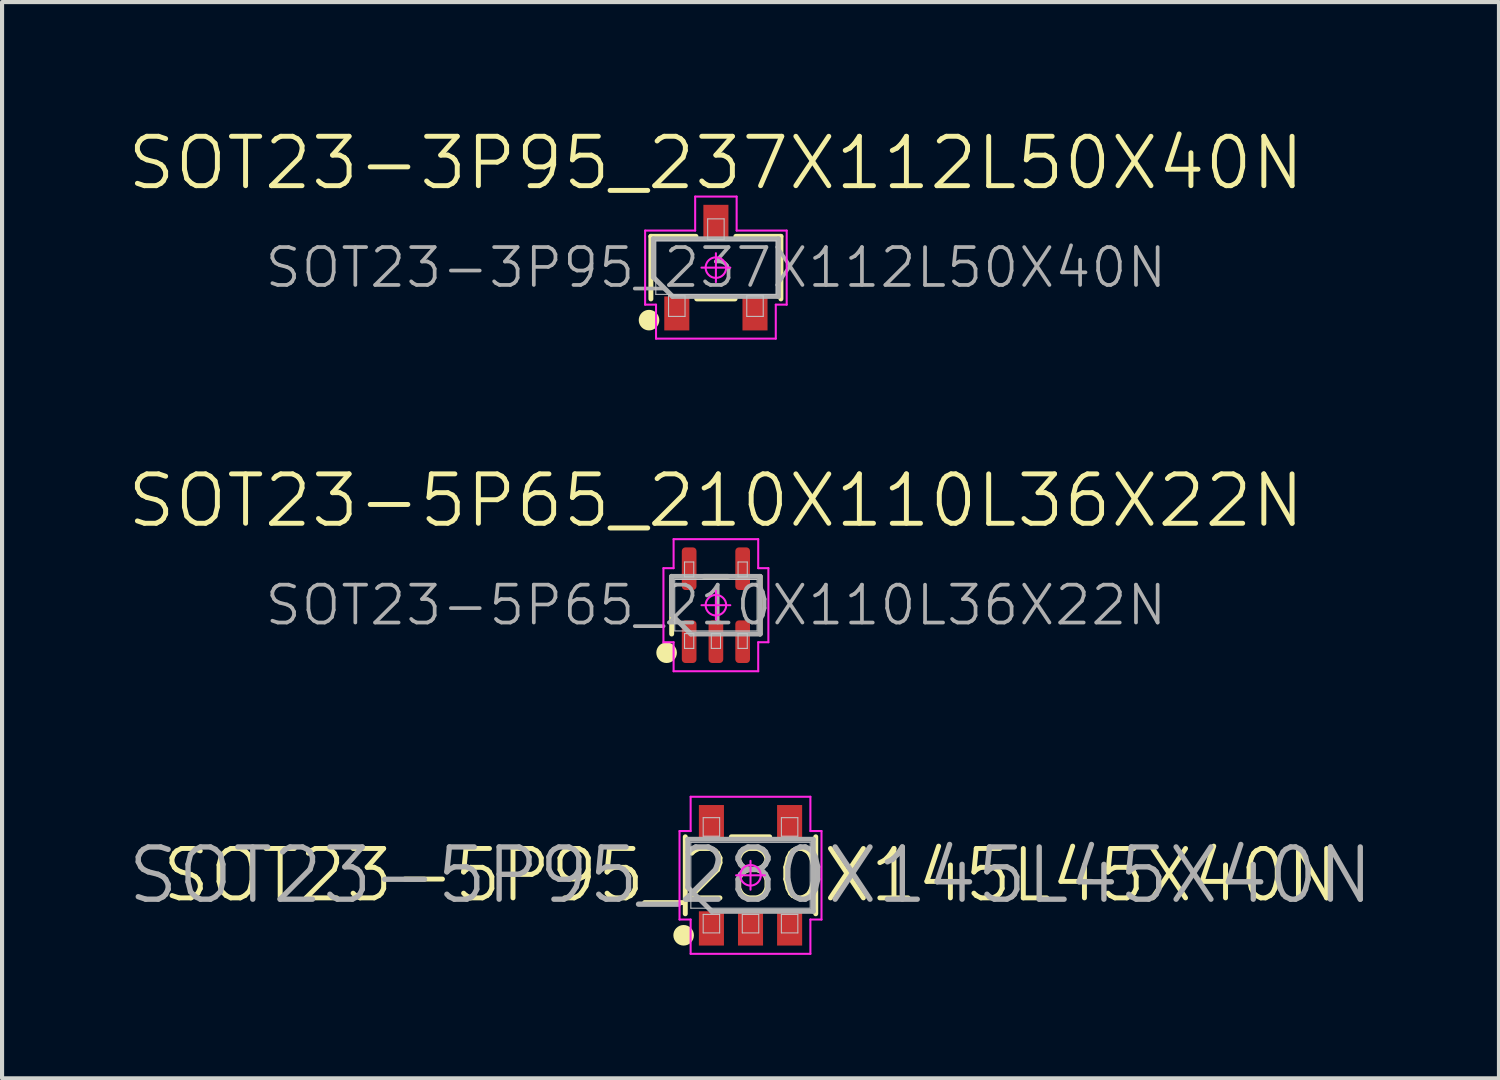
<source format=kicad_pcb>
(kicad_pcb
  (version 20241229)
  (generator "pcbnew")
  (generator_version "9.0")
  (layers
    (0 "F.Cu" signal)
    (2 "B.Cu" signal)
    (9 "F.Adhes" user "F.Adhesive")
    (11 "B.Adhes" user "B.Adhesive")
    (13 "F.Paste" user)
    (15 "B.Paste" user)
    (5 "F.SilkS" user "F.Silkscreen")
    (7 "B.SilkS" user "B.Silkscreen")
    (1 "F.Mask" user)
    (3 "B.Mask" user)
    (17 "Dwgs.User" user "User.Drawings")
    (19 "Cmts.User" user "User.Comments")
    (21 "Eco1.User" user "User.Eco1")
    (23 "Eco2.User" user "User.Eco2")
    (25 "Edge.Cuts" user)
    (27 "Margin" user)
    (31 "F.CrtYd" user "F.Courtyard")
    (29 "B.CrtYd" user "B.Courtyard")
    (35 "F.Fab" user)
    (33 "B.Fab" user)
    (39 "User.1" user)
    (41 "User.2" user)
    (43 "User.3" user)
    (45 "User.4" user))
  (footprint "SOT23-5P65_210X110L36X22N"
    (layer "F.Cu")
    (at 14.346 11.656)
    (property "Reference" "SOT23-5P65_210X110L36X22N" (at 0 -2.54 0) (layer "F.SilkS") (effects (font (size 1.2 1.2) (thickness 0.12))))
    (attr smd)
    (fp_line (start -1.075 0.7) (end -1.075 -0.7) (stroke (width 0.12) (type solid)) (layer "F.SilkS"))
    (fp_line (start 0.292 -0.7) (end -0.292 -0.7) (stroke (width 0.12) (type solid)) (layer "F.SilkS"))
    (fp_line (start 1.075 -0.7) (end 1.075 0.7) (stroke (width 0.12) (type solid)) (layer "F.SilkS"))
    (fp_circle (center -1.198 1.155) (end -1.198 1.28) (stroke (width 0.25) (type solid)) (fill no) (layer "F.SilkS"))
    (fp_line (start -1 -0.625) (end 1 -0.625) (stroke (width 0.025) (type solid)) (layer "Dwgs.User"))
    (fp_line (start -1 0.625) (end -1 -0.625) (stroke (width 0.025) (type solid)) (layer "Dwgs.User"))
    (fp_line (start -0.762 -1.05) (end -0.538 -1.05) (stroke (width 0.025) (type solid)) (layer "Dwgs.User"))
    (fp_line (start -0.762 -0.69) (end -0.762 -1.05) (stroke (width 0.025) (type solid)) (layer "Dwgs.User"))
    (fp_line (start -0.762 0.69) (end -0.538 0.69) (stroke (width 0.025) (type solid)) (layer "Dwgs.User"))
    (fp_line (start -0.762 1.05) (end -0.762 0.69) (stroke (width 0.025) (type solid)) (layer "Dwgs.User"))
    (fp_line (start -0.538 -1.05) (end -0.538 -0.69) (stroke (width 0.025) (type solid)) (layer "Dwgs.User"))
    (fp_line (start -0.538 -0.69) (end -0.762 -0.69) (stroke (width 0.025) (type solid)) (layer "Dwgs.User"))
    (fp_line (start -0.538 0.69) (end -0.538 1.05) (stroke (width 0.025) (type solid)) (layer "Dwgs.User"))
    (fp_line (start -0.538 1.05) (end -0.762 1.05) (stroke (width 0.025) (type solid)) (layer "Dwgs.User"))
    (fp_line (start -0.112 0.69) (end 0.112 0.69) (stroke (width 0.025) (type solid)) (layer "Dwgs.User"))
    (fp_line (start -0.112 1.05) (end -0.112 0.69) (stroke (width 0.025) (type solid)) (layer "Dwgs.User"))
    (fp_line (start 0.112 0.69) (end 0.112 1.05) (stroke (width 0.025) (type solid)) (layer "Dwgs.User"))
    (fp_line (start 0.112 1.05) (end -0.112 1.05) (stroke (width 0.025) (type solid)) (layer "Dwgs.User"))
    (fp_line (start 0.538 -1.05) (end 0.762 -1.05) (stroke (width 0.025) (type solid)) (layer "Dwgs.User"))
    (fp_line (start 0.538 -0.69) (end 0.538 -1.05) (stroke (width 0.025) (type solid)) (layer "Dwgs.User"))
    (fp_line (start 0.538 0.69) (end 0.762 0.69) (stroke (width 0.025) (type solid)) (layer "Dwgs.User"))
    (fp_line (start 0.538 1.05) (end 0.538 0.69) (stroke (width 0.025) (type solid)) (layer "Dwgs.User"))
    (fp_line (start 0.762 -1.05) (end 0.762 -0.69) (stroke (width 0.025) (type solid)) (layer "Dwgs.User"))
    (fp_line (start 0.762 -0.69) (end 0.538 -0.69) (stroke (width 0.025) (type solid)) (layer "Dwgs.User"))
    (fp_line (start 0.762 0.69) (end 0.762 1.05) (stroke (width 0.025) (type solid)) (layer "Dwgs.User"))
    (fp_line (start 0.762 1.05) (end 0.538 1.05) (stroke (width 0.025) (type solid)) (layer "Dwgs.User"))
    (fp_line (start 1 -0.625) (end 1 0.625) (stroke (width 0.025) (type solid)) (layer "Dwgs.User"))
    (fp_line (start 1 0.625) (end -1 0.625) (stroke (width 0.025) (type solid)) (layer "Dwgs.User"))
    (fp_line (start -1.275 -0.9) (end -1.275 0.9) (stroke (width 0.05) (type solid)) (layer "F.CrtYd"))
    (fp_line (start -1.275 0.9) (end -1.028 0.9) (stroke (width 0.05) (type solid)) (layer "F.CrtYd"))
    (fp_line (start -1.028 -1.605) (end -1.028 -0.9) (stroke (width 0.05) (type solid)) (layer "F.CrtYd"))
    (fp_line (start -1.028 -0.9) (end -1.275 -0.9) (stroke (width 0.05) (type solid)) (layer "F.CrtYd"))
    (fp_line (start -1.028 0.9) (end -1.028 1.605) (stroke (width 0.05) (type solid)) (layer "F.CrtYd"))
    (fp_line (start -1.028 1.605) (end 1.028 1.605) (stroke (width 0.05) (type solid)) (layer "F.CrtYd"))
    (fp_line (start -0.35 0) (end 0.35 0) (stroke (width 0.05) (type solid)) (layer "F.CrtYd"))
    (fp_line (start 0 -0.35) (end 0 0.35) (stroke (width 0.05) (type solid)) (layer "F.CrtYd"))
    (fp_line (start 1.028 -1.605) (end -1.028 -1.605) (stroke (width 0.05) (type solid)) (layer "F.CrtYd"))
    (fp_line (start 1.028 -0.9) (end 1.028 -1.605) (stroke (width 0.05) (type solid)) (layer "F.CrtYd"))
    (fp_line (start 1.028 0.9) (end 1.275 0.9) (stroke (width 0.05) (type solid)) (layer "F.CrtYd"))
    (fp_line (start 1.028 1.605) (end 1.028 0.9) (stroke (width 0.05) (type solid)) (layer "F.CrtYd"))
    (fp_line (start 1.275 -0.9) (end 1.028 -0.9) (stroke (width 0.05) (type solid)) (layer "F.CrtYd"))
    (fp_line (start 1.275 0.9) (end 1.275 -0.9) (stroke (width 0.05) (type solid)) (layer "F.CrtYd"))
    (fp_circle (center 0 0) (end 0 0.25) (stroke (width 0.05) (type solid)) (fill no) (layer "F.CrtYd"))
    (fp_line (start -1.075 -0.7) (end 1.075 -0.7) (stroke (width 0.12) (type solid)) (layer "F.Fab"))
    (fp_line (start -1.075 0.233) (end -1.075 -0.7) (stroke (width 0.12) (type solid)) (layer "F.Fab"))
    (fp_line (start -0.608 0.7) (end -1.075 0.233) (stroke (width 0.12) (type solid)) (layer "F.Fab"))
    (fp_line (start 1.075 -0.7) (end 1.075 0.7) (stroke (width 0.12) (type solid)) (layer "F.Fab"))
    (fp_line (start 1.075 0.7) (end -0.608 0.7) (stroke (width 0.12) (type solid)) (layer "F.Fab"))
    (fp_text user "${REFERENCE}" (at 0 0 0) (layer "F.Fab") (effects (font (size 0.92 0.92) (thickness 0.09))))
    (pad "1" smd roundrect (at -0.65 0.887 90) (size 1.036 0.357) (layers "F.Cu" "F.Mask" "F.Paste") (roundrect_rratio 0.249))
    (pad "2" smd roundrect (at 0 0.887 90) (size 1.036 0.357) (layers "F.Cu" "F.Mask" "F.Paste") (roundrect_rratio 0.249))
    (pad "3" smd roundrect (at 0.65 0.887 90) (size 1.036 0.357) (layers "F.Cu" "F.Mask" "F.Paste") (roundrect_rratio 0.249))
    (pad "4" smd roundrect (at 0.65 -0.887 90) (size 1.036 0.357) (layers "F.Cu" "F.Mask" "F.Paste") (roundrect_rratio 0.249))
    (pad "5" smd roundrect (at -0.65 -0.887 90) (size 1.036 0.357) (layers "F.Cu" "F.Mask" "F.Paste") (roundrect_rratio 0.249)))
  (footprint "SOT23-5P95_280X145L45X40N"
    (layer "F.Cu")
    (at 15.187 18.219)
    (property "Reference" "SOT23-5P95_280X145L45X40N" (at 0 0 0) (layer "F.SilkS") (effects (font (size 1.2 1.2) (thickness 0.12))))
    (attr smd)
    (fp_line (start -1.585 0.935) (end -1.585 -0.935) (stroke (width 0.12) (type solid)) (layer "F.SilkS"))
    (fp_line (start 0.466 -0.935) (end -0.466 -0.935) (stroke (width 0.12) (type solid)) (layer "F.SilkS"))
    (fp_line (start 1.585 -0.935) (end 1.585 0.935) (stroke (width 0.12) (type solid)) (layer "F.SilkS"))
    (fp_circle (center -1.625 1.458) (end -1.625 1.583) (stroke (width 0.25) (type solid)) (fill no) (layer "F.SilkS"))
    (fp_line (start -1.45 -0.8) (end 1.45 -0.8) (stroke (width 0.025) (type solid)) (layer "Dwgs.User"))
    (fp_line (start -1.45 0.8) (end -1.45 -0.8) (stroke (width 0.025) (type solid)) (layer "Dwgs.User"))
    (fp_line (start -1.15 -1.4) (end -0.75 -1.4) (stroke (width 0.025) (type solid)) (layer "Dwgs.User"))
    (fp_line (start -1.15 -0.95) (end -1.15 -1.4) (stroke (width 0.025) (type solid)) (layer "Dwgs.User"))
    (fp_line (start -1.15 0.95) (end -0.75 0.95) (stroke (width 0.025) (type solid)) (layer "Dwgs.User"))
    (fp_line (start -1.15 1.4) (end -1.15 0.95) (stroke (width 0.025) (type solid)) (layer "Dwgs.User"))
    (fp_line (start -0.75 -1.4) (end -0.75 -0.95) (stroke (width 0.025) (type solid)) (layer "Dwgs.User"))
    (fp_line (start -0.75 -0.95) (end -1.15 -0.95) (stroke (width 0.025) (type solid)) (layer "Dwgs.User"))
    (fp_line (start -0.75 0.95) (end -0.75 1.4) (stroke (width 0.025) (type solid)) (layer "Dwgs.User"))
    (fp_line (start -0.75 1.4) (end -1.15 1.4) (stroke (width 0.025) (type solid)) (layer "Dwgs.User"))
    (fp_line (start -0.2 0.95) (end 0.2 0.95) (stroke (width 0.025) (type solid)) (layer "Dwgs.User"))
    (fp_line (start -0.2 1.4) (end -0.2 0.95) (stroke (width 0.025) (type solid)) (layer "Dwgs.User"))
    (fp_line (start 0.2 0.95) (end 0.2 1.4) (stroke (width 0.025) (type solid)) (layer "Dwgs.User"))
    (fp_line (start 0.2 1.4) (end -0.2 1.4) (stroke (width 0.025) (type solid)) (layer "Dwgs.User"))
    (fp_line (start 0.75 -1.4) (end 1.15 -1.4) (stroke (width 0.025) (type solid)) (layer "Dwgs.User"))
    (fp_line (start 0.75 -0.95) (end 0.75 -1.4) (stroke (width 0.025) (type solid)) (layer "Dwgs.User"))
    (fp_line (start 0.75 0.95) (end 1.15 0.95) (stroke (width 0.025) (type solid)) (layer "Dwgs.User"))
    (fp_line (start 0.75 1.4) (end 0.75 0.95) (stroke (width 0.025) (type solid)) (layer "Dwgs.User"))
    (fp_line (start 1.15 -1.4) (end 1.15 -0.95) (stroke (width 0.025) (type solid)) (layer "Dwgs.User"))
    (fp_line (start 1.15 -0.95) (end 0.75 -0.95) (stroke (width 0.025) (type solid)) (layer "Dwgs.User"))
    (fp_line (start 1.15 0.95) (end 1.15 1.4) (stroke (width 0.025) (type solid)) (layer "Dwgs.User"))
    (fp_line (start 1.15 1.4) (end 0.75 1.4) (stroke (width 0.025) (type solid)) (layer "Dwgs.User"))
    (fp_line (start 1.45 -0.8) (end 1.45 0.8) (stroke (width 0.025) (type solid)) (layer "Dwgs.User"))
    (fp_line (start 1.45 0.8) (end -1.45 0.8) (stroke (width 0.025) (type solid)) (layer "Dwgs.User"))
    (fp_line (start -1.725 -1.075) (end -1.725 1.075) (stroke (width 0.05) (type solid)) (layer "F.CrtYd"))
    (fp_line (start -1.725 1.075) (end -1.455 1.075) (stroke (width 0.05) (type solid)) (layer "F.CrtYd"))
    (fp_line (start -1.455 -1.908) (end -1.455 -1.075) (stroke (width 0.05) (type solid)) (layer "F.CrtYd"))
    (fp_line (start -1.455 -1.075) (end -1.725 -1.075) (stroke (width 0.05) (type solid)) (layer "F.CrtYd"))
    (fp_line (start -1.455 1.075) (end -1.455 1.908) (stroke (width 0.05) (type solid)) (layer "F.CrtYd"))
    (fp_line (start -1.455 1.908) (end 1.455 1.908) (stroke (width 0.05) (type solid)) (layer "F.CrtYd"))
    (fp_line (start -0.35 0) (end 0.35 0) (stroke (width 0.05) (type solid)) (layer "F.CrtYd"))
    (fp_line (start 0 -0.35) (end 0 0.35) (stroke (width 0.05) (type solid)) (layer "F.CrtYd"))
    (fp_line (start 1.455 -1.908) (end -1.455 -1.908) (stroke (width 0.05) (type solid)) (layer "F.CrtYd"))
    (fp_line (start 1.455 -1.075) (end 1.455 -1.908) (stroke (width 0.05) (type solid)) (layer "F.CrtYd"))
    (fp_line (start 1.455 1.075) (end 1.725 1.075) (stroke (width 0.05) (type solid)) (layer "F.CrtYd"))
    (fp_line (start 1.455 1.908) (end 1.455 1.075) (stroke (width 0.05) (type solid)) (layer "F.CrtYd"))
    (fp_line (start 1.725 -1.075) (end 1.455 -1.075) (stroke (width 0.05) (type solid)) (layer "F.CrtYd"))
    (fp_line (start 1.725 1.075) (end 1.725 -1.075) (stroke (width 0.05) (type solid)) (layer "F.CrtYd"))
    (fp_circle (center 0 0) (end 0 0.25) (stroke (width 0.05) (type solid)) (fill no) (layer "F.CrtYd"))
    (fp_line (start -1.525 -0.875) (end 1.525 -0.875) (stroke (width 0.12) (type solid)) (layer "F.Fab"))
    (fp_line (start -1.525 0.292) (end -1.525 -0.875) (stroke (width 0.12) (type solid)) (layer "F.Fab"))
    (fp_line (start -0.942 0.875) (end -1.525 0.292) (stroke (width 0.12) (type solid)) (layer "F.Fab"))
    (fp_line (start 1.525 -0.875) (end 1.525 0.875) (stroke (width 0.12) (type solid)) (layer "F.Fab"))
    (fp_line (start 1.525 0.875) (end -0.942 0.875) (stroke (width 0.12) (type solid)) (layer "F.Fab"))
    (fp_text user "${REFERENCE}" (at 0 0 0) (layer "F.Fab") (effects (font (size 1.27 1.27) (thickness 0.13))))
    (pad "1" smd rect (at -0.95 1.291 90) (size 0.833 0.609) (layers "F.Cu" "F.Mask" "F.Paste"))
    (pad "2" smd rect (at 0 1.291 90) (size 0.833 0.609) (layers "F.Cu" "F.Mask" "F.Paste"))
    (pad "3" smd rect (at 0.95 1.291 90) (size 0.833 0.609) (layers "F.Cu" "F.Mask" "F.Paste"))
    (pad "4" smd rect (at 0.95 -1.291 90) (size 0.833 0.609) (layers "F.Cu" "F.Mask" "F.Paste"))
    (pad "5" smd rect (at -0.95 -1.291 90) (size 0.833 0.609) (layers "F.Cu" "F.Mask" "F.Paste")))
  (footprint "SOT23-3P95_237X112L50X40N"
    (layer "F.Cu")
    (at 14.346 3.453)
    (property "Reference" "SOT23-3P95_237X112L50X40N" (at 0 -2.54 0) (layer "F.SilkS") (effects (font (size 1.2 1.2) (thickness 0.12))))
    (attr smd)
    (fp_line (start -1.58 -0.76) (end -0.485 -0.76) (stroke (width 0.12) (type solid)) (layer "F.SilkS"))
    (fp_line (start -1.58 0.76) (end -1.58 -0.76) (stroke (width 0.12) (type solid)) (layer "F.SilkS"))
    (fp_line (start 0.466 0.76) (end -0.466 0.76) (stroke (width 0.12) (type solid)) (layer "F.SilkS"))
    (fp_line (start 0.485 -0.76) (end 1.58 -0.76) (stroke (width 0.12) (type solid)) (layer "F.SilkS"))
    (fp_line (start 1.58 -0.76) (end 1.58 0.76) (stroke (width 0.12) (type solid)) (layer "F.SilkS"))
    (fp_circle (center -1.625 1.276) (end -1.625 1.401) (stroke (width 0.25) (type solid)) (fill no) (layer "F.SilkS"))
    (fp_line (start -1.46 -0.65) (end 1.46 -0.65) (stroke (width 0.025) (type solid)) (layer "Dwgs.User"))
    (fp_line (start -1.46 0.65) (end -1.46 -0.65) (stroke (width 0.025) (type solid)) (layer "Dwgs.User"))
    (fp_line (start -1.15 0.685) (end -0.75 0.685) (stroke (width 0.025) (type solid)) (layer "Dwgs.User"))
    (fp_line (start -1.15 1.185) (end -1.15 0.685) (stroke (width 0.025) (type solid)) (layer "Dwgs.User"))
    (fp_line (start -0.75 0.685) (end -0.75 1.185) (stroke (width 0.025) (type solid)) (layer "Dwgs.User"))
    (fp_line (start -0.75 1.185) (end -1.15 1.185) (stroke (width 0.025) (type solid)) (layer "Dwgs.User"))
    (fp_line (start -0.2 -1.185) (end 0.2 -1.185) (stroke (width 0.025) (type solid)) (layer "Dwgs.User"))
    (fp_line (start -0.2 -0.685) (end -0.2 -1.185) (stroke (width 0.025) (type solid)) (layer "Dwgs.User"))
    (fp_line (start 0.2 -1.185) (end 0.2 -0.685) (stroke (width 0.025) (type solid)) (layer "Dwgs.User"))
    (fp_line (start 0.2 -0.685) (end -0.2 -0.685) (stroke (width 0.025) (type solid)) (layer "Dwgs.User"))
    (fp_line (start 0.75 0.685) (end 1.15 0.685) (stroke (width 0.025) (type solid)) (layer "Dwgs.User"))
    (fp_line (start 0.75 1.185) (end 0.75 0.685) (stroke (width 0.025) (type solid)) (layer "Dwgs.User"))
    (fp_line (start 1.15 0.685) (end 1.15 1.185) (stroke (width 0.025) (type solid)) (layer "Dwgs.User"))
    (fp_line (start 1.15 1.185) (end 0.75 1.185) (stroke (width 0.025) (type solid)) (layer "Dwgs.User"))
    (fp_line (start 1.46 -0.65) (end 1.46 0.65) (stroke (width 0.025) (type solid)) (layer "Dwgs.User"))
    (fp_line (start 1.46 0.65) (end -1.46 0.65) (stroke (width 0.025) (type solid)) (layer "Dwgs.User"))
    (fp_line (start -1.72 -0.9) (end -1.72 0.9) (stroke (width 0.05) (type solid)) (layer "F.CrtYd"))
    (fp_line (start -1.72 0.9) (end -1.455 0.9) (stroke (width 0.05) (type solid)) (layer "F.CrtYd"))
    (fp_line (start -1.455 0.9) (end -1.455 1.726) (stroke (width 0.05) (type solid)) (layer "F.CrtYd"))
    (fp_line (start -1.455 1.726) (end 1.455 1.726) (stroke (width 0.05) (type solid)) (layer "F.CrtYd"))
    (fp_line (start -0.504 -1.726) (end -0.504 -0.9) (stroke (width 0.05) (type solid)) (layer "F.CrtYd"))
    (fp_line (start -0.504 -0.9) (end -1.72 -0.9) (stroke (width 0.05) (type solid)) (layer "F.CrtYd"))
    (fp_line (start -0.35 0) (end 0.35 0) (stroke (width 0.05) (type solid)) (layer "F.CrtYd"))
    (fp_line (start 0 -0.35) (end 0 0.35) (stroke (width 0.05) (type solid)) (layer "F.CrtYd"))
    (fp_line (start 0.504 -1.726) (end -0.504 -1.726) (stroke (width 0.05) (type solid)) (layer "F.CrtYd"))
    (fp_line (start 0.504 -0.9) (end 0.504 -1.726) (stroke (width 0.05) (type solid)) (layer "F.CrtYd"))
    (fp_line (start 1.455 0.9) (end 1.72 0.9) (stroke (width 0.05) (type solid)) (layer "F.CrtYd"))
    (fp_line (start 1.455 1.726) (end 1.455 0.9) (stroke (width 0.05) (type solid)) (layer "F.CrtYd"))
    (fp_line (start 1.72 -0.9) (end 0.504 -0.9) (stroke (width 0.05) (type solid)) (layer "F.CrtYd"))
    (fp_line (start 1.72 0.9) (end 1.72 -0.9) (stroke (width 0.05) (type solid)) (layer "F.CrtYd"))
    (fp_circle (center 0 0) (end 0 0.25) (stroke (width 0.05) (type solid)) (fill no) (layer "F.CrtYd"))
    (fp_line (start -1.52 -0.7) (end 1.52 -0.7) (stroke (width 0.12) (type solid)) (layer "F.Fab"))
    (fp_line (start -1.52 0.233) (end -1.52 -0.7) (stroke (width 0.12) (type solid)) (layer "F.Fab"))
    (fp_line (start -1.053 0.7) (end -1.52 0.233) (stroke (width 0.12) (type solid)) (layer "F.Fab"))
    (fp_line (start 1.52 -0.7) (end 1.52 0.7) (stroke (width 0.12) (type solid)) (layer "F.Fab"))
    (fp_line (start 1.52 0.7) (end -1.053 0.7) (stroke (width 0.12) (type solid)) (layer "F.Fab"))
    (fp_text user "${REFERENCE}" (at 0 0 0) (layer "F.Fab") (effects (font (size 0.92 0.92) (thickness 0.09))))
    (pad "1" smd rect (at -0.95 1.113 90) (size 0.826 0.609) (layers "F.Cu" "F.Mask" "F.Paste"))
    (pad "2" smd rect (at 0.95 1.113 90) (size 0.826 0.609) (layers "F.Cu" "F.Mask" "F.Paste"))
    (pad "3" smd rect (at 0 -1.113 90) (size 0.826 0.609) (layers "F.Cu" "F.Mask" "F.Paste")))
  (gr_rect
    (start -3 -3)
    (end 33.374 23.152)
    (stroke (width 0.1) (type default))
    (fill no)
    (layer "Edge.Cuts")))
</source>
